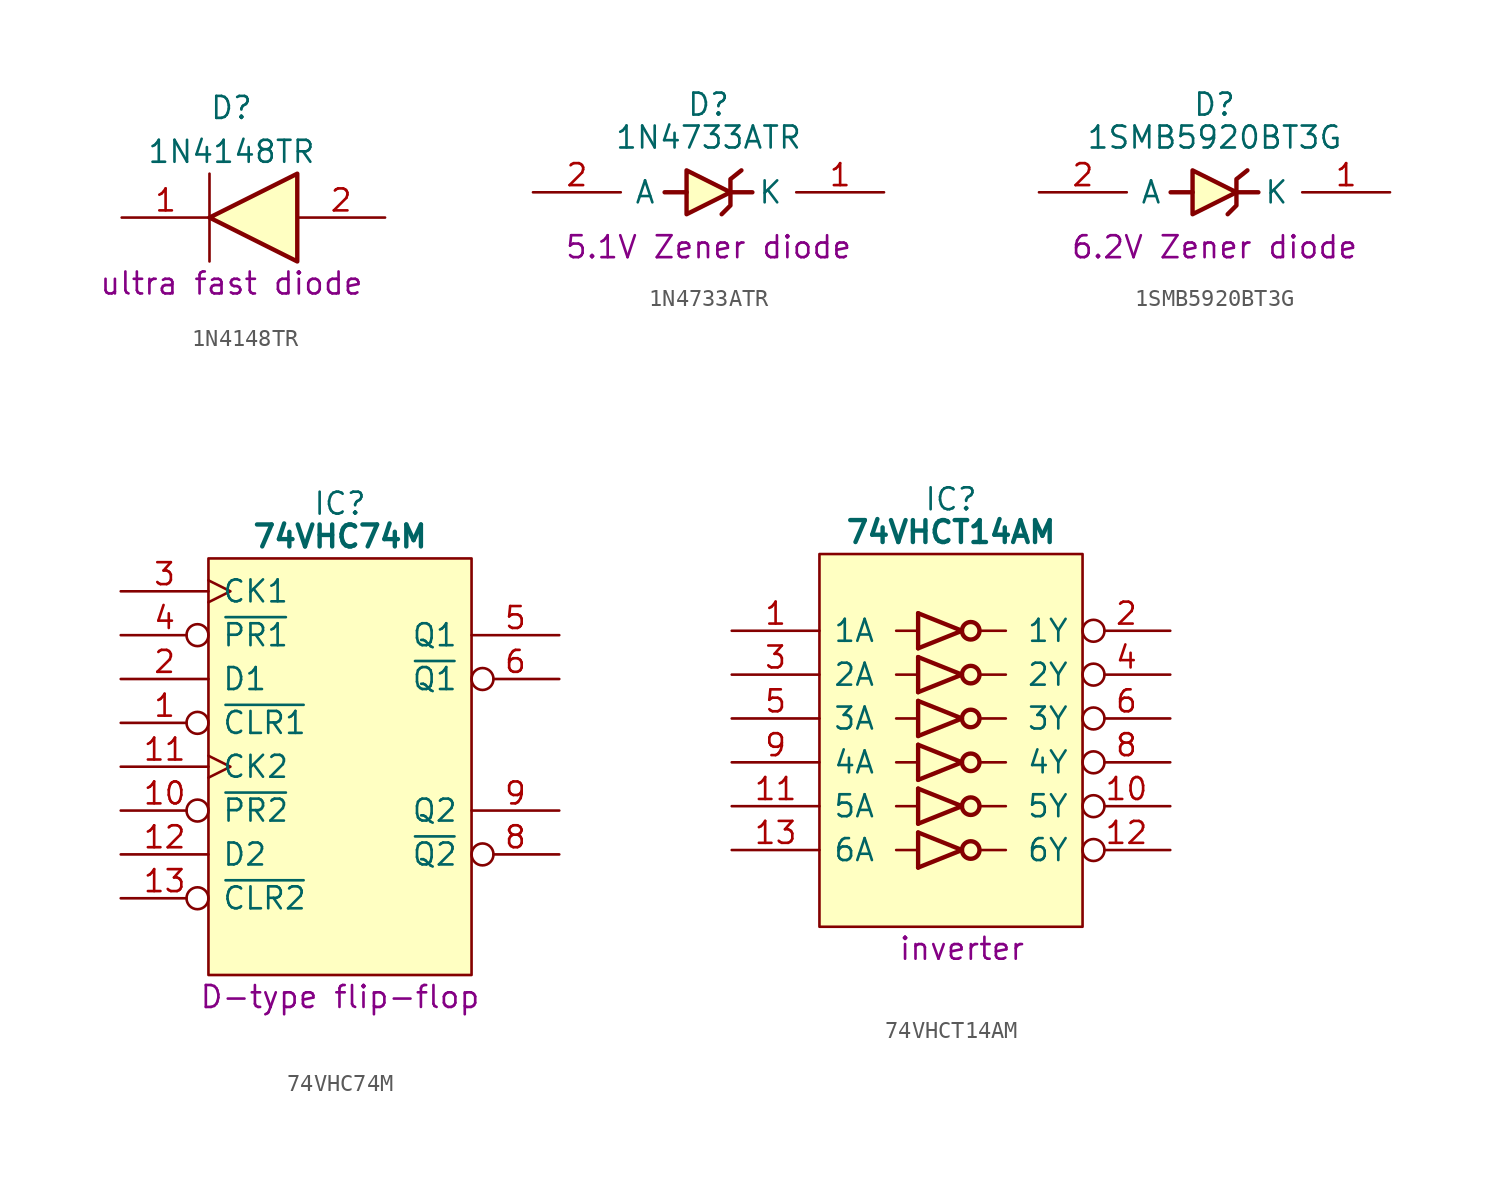
<source format=kicad_sym>
(kicad_symbol_lib
  (version 20241209)
  (generator "kicad_symbol_editor")
  (generator_version "9.0")
  (symbol "1N4148TR"
    (pin_names
      (offset 0.762))
    (property "Reference" "D"
      (at 6.35 6.35 0)
      (effects (font (size 1.27 1.27))))
    (property "Value" "1N4148TR"
      (at 6.35 3.81 0)
      (effects (font (size 1.27 1.27))))
    (property "Description" "ultra fast diode"
      (at 6.35 -3.81 0)
      (effects (font (size 1.27 1.27))))
    (symbol "1N4148TR_0_0"
      (pin passive line (at 0 0 0) (length 5.08) (name "~" (effects (font (size 1.27 1.27)))) (number "1" (effects (font (size 1.27 1.27)))))
      (pin passive line (at 15.24 0 180) (length 5.08) (name "~" (effects (font (size 1.27 1.27)))) (number "2" (effects (font (size 1.27 1.27))))))
    (symbol "1N4148TR_0_1"
      (polyline (pts (xy 5.08 2.54) (xy 5.08 -2.54)) (stroke (width 0.152) (type default)) (fill (type background)))
      (polyline (pts (xy 5.08 0) (xy 10.16 2.54) (xy 10.16 -2.54) (xy 5.08 0)) (stroke (width 0.254) (type default)) (fill (type background)))))
  (symbol "1N4733ATR"
    (pin_names
      (offset 0.762))
    (property "Reference" "D"
      (at 10.16 5.08 0)
      (effects (font (size 1.27 1.27))))
    (property "Value" "1N4733ATR"
      (at 10.16 3.175 0)
      (effects (font (size 1.27 1.27))))
    (property "Description" "5.1V Zener diode"
      (at 10.16 -3.175 0)
      (effects (font (size 1.27 1.27))))
    (symbol "1N4733ATR_0_1"
      (polyline (pts (xy 12.065 1.27) (xy 11.43 0.762) (xy 11.43 -0.762) (xy 10.922 -1.27)) (stroke (width 0.254) (type default)) (fill (type none))))
    (symbol "1N4733ATR_1_0"
      (pin passive line (at 0 0 0) (length 5.08) (name "A" (effects (font (size 1.27 1.27)))) (number "2" (effects (font (size 1.27 1.27)))))
      (pin passive line (at 20.32 0 180) (length 5.08) (name "K" (effects (font (size 1.27 1.27)))) (number "1" (effects (font (size 1.27 1.27))))))
    (symbol "1N4733ATR_1_1"
      (polyline (pts (xy 7.62 0) (xy 8.89 0)) (stroke (width 0.254) (type default)) (fill (type none)))
      (polyline (pts (xy 8.89 1.27) (xy 8.89 -1.27) (xy 11.43 0) (xy 8.89 1.27)) (stroke (width 0.254) (type solid)) (fill (type background)))
      (polyline (pts (xy 11.43 0) (xy 12.7 0)) (stroke (width 0.254) (type default)) (fill (type none)))))
  (symbol "1SMB5920BT3G"
    (pin_names
      (offset 0.762))
    (property "Reference" "D"
      (at 10.16 5.08 0)
      (effects (font (size 1.27 1.27))))
    (property "Value" "1SMB5920BT3G"
      (at 10.16 3.175 0)
      (effects (font (size 1.27 1.27))))
    (property "Description" "6.2V Zener diode"
      (at 10.16 -3.175 0)
      (effects (font (size 1.27 1.27))))
    (symbol "1SMB5920BT3G_0_1"
      (polyline (pts (xy 12.065 1.27) (xy 11.43 0.762) (xy 11.43 -0.762) (xy 10.922 -1.27)) (stroke (width 0.254) (type default)) (fill (type none))))
    (symbol "1SMB5920BT3G_1_0"
      (pin passive line (at 0 0 0) (length 5.08) (name "A" (effects (font (size 1.27 1.27)))) (number "2" (effects (font (size 1.27 1.27)))))
      (pin passive line (at 20.32 0 180) (length 5.08) (name "K" (effects (font (size 1.27 1.27)))) (number "1" (effects (font (size 1.27 1.27))))))
    (symbol "1SMB5920BT3G_1_1"
      (polyline (pts (xy 8.89 1.27) (xy 8.89 -1.27) (xy 11.43 0) (xy 8.89 1.27)) (stroke (width 0.254) (type solid)) (fill (type background)))
      (polyline (pts (xy 8.89 0) (xy 7.62 0)) (stroke (width 0.254) (type default)) (fill (type none)))
      (polyline (pts (xy 12.7 0) (xy 11.43 0)) (stroke (width 0.254) (type default)) (fill (type none)))))
  (symbol "74VHC74M"
    (pin_names
      (offset 0.762))
    (property "Reference" "IC"
      (at 12.7 5.08 0)
      (effects (font (size 1.27 1.27))))
    (property "Value" "74VHC74M"
      (at 12.7 3.175 0)
      (effects (font (size 1.27 1.27) (bold yes))))
    (property "Description" "D-type flip-flop"
      (at 12.7 -23.495 0)
      (effects (font (size 1.27 1.27))))
    (symbol "74VHC74M_0_0"
      (pin input clock (at 0 0 0) (length 5.08) (name "CK1" (effects (font (size 1.27 1.27)))) (number "3" (effects (font (size 1.27 1.27)))))
      (pin input inverted (at 0 -2.54 0) (length 5.08) (name "~{PR1}" (effects (font (size 1.27 1.27)))) (number "4" (effects (font (size 1.27 1.27)))))
      (pin input line (at 0 -5.08 0) (length 5.08) (name "D1" (effects (font (size 1.27 1.27)))) (number "2" (effects (font (size 1.27 1.27)))))
      (pin input inverted (at 0 -7.62 0) (length 5.08) (name "~{CLR1}" (effects (font (size 1.27 1.27)))) (number "1" (effects (font (size 1.27 1.27)))))
      (pin input clock (at 0 -10.16 0) (length 5.08) (name "CK2" (effects (font (size 1.27 1.27)))) (number "11" (effects (font (size 1.27 1.27)))))
      (pin input inverted (at 0 -12.7 0) (length 5.08) (name "~{PR2}" (effects (font (size 1.27 1.27)))) (number "10" (effects (font (size 1.27 1.27)))))
      (pin input inverted (at 0 -17.78 0) (length 5.08) (name "~{CLR2}" (effects (font (size 1.27 1.27)))) (number "13" (effects (font (size 1.27 1.27)))))
      (pin passive line (at 0 -20.32 0) (length 5.08) (hide yes) (name "GND" (effects (font (size 1.27 1.27)))) (number "7" (effects (font (size 1.27 1.27)))))
      (pin passive line (at 25.4 0 180) (length 5.08) (hide yes) (name "5V" (effects (font (size 1.27 1.27)))) (number "14" (effects (font (size 1.27 1.27)))))
      (pin output line (at 25.4 -2.54 180) (length 5.08) (name "Q1" (effects (font (size 1.27 1.27)))) (number "5" (effects (font (size 1.27 1.27)))))
      (pin output inverted (at 25.4 -5.08 180) (length 5.08) (name "~{Q1}" (effects (font (size 1.27 1.27)))) (number "6" (effects (font (size 1.27 1.27)))))
      (pin output line (at 25.4 -12.7 180) (length 5.08) (name "Q2" (effects (font (size 1.27 1.27)))) (number "9" (effects (font (size 1.27 1.27)))))
      (pin output inverted (at 25.4 -15.24 180) (length 5.08) (name "~{Q2}" (effects (font (size 1.27 1.27)))) (number "8" (effects (font (size 1.27 1.27))))))
    (symbol "74VHC74M_0_1"
      (polyline (pts (xy 5.08 1.905) (xy 20.32 1.905) (xy 20.32 -22.225) (xy 5.08 -22.225) (xy 5.08 1.905)) (stroke (width 0.152) (type default)) (fill (type background))))
    (symbol "74VHC74M_1_0"
      (pin input line (at 0 -15.24 0) (length 5.08) (name "D2" (effects (font (size 1.27 1.27)))) (number "12" (effects (font (size 1.27 1.27)))))))
  (symbol "74VHCT14AM"
    (pin_names
      (offset 0.762))
    (property "Reference" "IC"
      (at 12.7 7.62 0)
      (effects (font (size 1.27 1.27))))
    (property "Value" "74VHCT14AM"
      (at 12.7 5.715 0)
      (effects (font (size 1.27 1.27) (bold yes))))
    (property "Description" "inverter"
      (at 13.335 -18.415 0)
      (effects (font (size 1.27 1.27))))
    (symbol "74VHCT14AM_0_0"
      (pin input line (at 0 0 0) (length 5.08) (name "1A" (effects (font (size 1.27 1.27)))) (number "1" (effects (font (size 1.27 1.27)))))
      (pin input line (at 0 -2.54 0) (length 5.08) (name "2A" (effects (font (size 1.27 1.27)))) (number "3" (effects (font (size 1.27 1.27)))))
      (pin input line (at 0 -5.08 0) (length 5.08) (name "3A" (effects (font (size 1.27 1.27)))) (number "5" (effects (font (size 1.27 1.27)))))
      (pin input line (at 0 -7.62 0) (length 5.08) (name "4A" (effects (font (size 1.27 1.27)))) (number "9" (effects (font (size 1.27 1.27)))))
      (pin input line (at 0 -10.16 0) (length 5.08) (name "5A" (effects (font (size 1.27 1.27)))) (number "11" (effects (font (size 1.27 1.27)))))
      (pin input line (at 0 -12.7 0) (length 5.08) (name "6A" (effects (font (size 1.27 1.27)))) (number "13" (effects (font (size 1.27 1.27)))))
      (pin passive line (at 0 -15.24 0) (length 5.08) (hide yes) (name "GND" (effects (font (size 1.27 1.27)))) (number "7" (effects (font (size 1.27 1.27)))))
      (pin passive line (at 25.4 2.54 180) (length 5.08) (hide yes) (name "5V" (effects (font (size 1.27 1.27)))) (number "14" (effects (font (size 1.27 1.27)))))
      (pin output inverted (at 25.4 0 180) (length 5.08) (name "1Y" (effects (font (size 1.27 1.27)))) (number "2" (effects (font (size 1.27 1.27)))))
      (pin output inverted (at 25.4 -2.54 180) (length 5.08) (name "2Y" (effects (font (size 1.27 1.27)))) (number "4" (effects (font (size 1.27 1.27)))))
      (pin output inverted (at 25.4 -5.08 180) (length 5.08) (name "3Y" (effects (font (size 1.27 1.27)))) (number "6" (effects (font (size 1.27 1.27)))))
      (pin output inverted (at 25.4 -7.62 180) (length 5.08) (name "4Y" (effects (font (size 1.27 1.27)))) (number "8" (effects (font (size 1.27 1.27)))))
      (pin output inverted (at 25.4 -10.16 180) (length 5.08) (name "5Y" (effects (font (size 1.27 1.27)))) (number "10" (effects (font (size 1.27 1.27)))))
      (pin output inverted (at 25.4 -12.7 180) (length 5.08) (name "6Y" (effects (font (size 1.27 1.27)))) (number "12" (effects (font (size 1.27 1.27))))))
    (symbol "74VHCT14AM_0_1"
      (polyline (pts (xy 5.08 4.445) (xy 20.32 4.445) (xy 20.32 -17.145) (xy 5.08 -17.145) (xy 5.08 4.445)) (stroke (width 0.152) (type default)) (fill (type background)))
      (polyline (pts (xy 9.525 0) (xy 10.795 0)) (stroke (width 0) (type default)) (fill (type none)))
      (polyline (pts (xy 9.525 -2.54) (xy 10.795 -2.54)) (stroke (width 0) (type default)) (fill (type none)))
      (polyline (pts (xy 9.525 -5.08) (xy 10.795 -5.08)) (stroke (width 0) (type default)) (fill (type none)))
      (polyline (pts (xy 9.525 -7.62) (xy 10.795 -7.62)) (stroke (width 0) (type default)) (fill (type none)))
      (polyline (pts (xy 9.525 -10.16) (xy 10.795 -10.16)) (stroke (width 0) (type default)) (fill (type none)))
      (polyline (pts (xy 9.525 -12.7) (xy 10.795 -12.7)) (stroke (width 0) (type default)) (fill (type none)))
      (rectangle (start 10.795 1.016) (end 10.795 -1.016) (stroke (width 0.254) (type default)) (fill (type background)))
      (polyline (pts (xy 10.795 -1.016) (xy 13.335 0) (xy 10.795 1.016)) (stroke (width 0.254) (type default)) (fill (type none)))
      (rectangle (start 10.795 -1.524) (end 10.795 -3.556) (stroke (width 0.254) (type default)) (fill (type background)))
      (polyline (pts (xy 10.795 -3.556) (xy 13.335 -2.54) (xy 10.795 -1.524)) (stroke (width 0.254) (type default)) (fill (type none)))
      (rectangle (start 10.795 -4.064) (end 10.795 -6.096) (stroke (width 0.254) (type default)) (fill (type background)))
      (polyline (pts (xy 10.795 -6.096) (xy 13.335 -5.08) (xy 10.795 -4.064)) (stroke (width 0.254) (type default)) (fill (type none)))
      (rectangle (start 10.795 -6.604) (end 10.795 -8.636) (stroke (width 0.254) (type default)) (fill (type background)))
      (polyline (pts (xy 10.795 -8.636) (xy 13.335 -7.62) (xy 10.795 -6.604)) (stroke (width 0.254) (type default)) (fill (type none)))
      (rectangle (start 10.795 -9.144) (end 10.795 -11.176) (stroke (width 0.254) (type default)) (fill (type background)))
      (polyline (pts (xy 10.795 -11.176) (xy 13.335 -10.16) (xy 10.795 -9.144)) (stroke (width 0.254) (type default)) (fill (type none)))
      (rectangle (start 10.795 -11.684) (end 10.795 -13.716) (stroke (width 0.254) (type default)) (fill (type background)))
      (polyline (pts (xy 10.795 -13.716) (xy 13.335 -12.7) (xy 10.795 -11.684)) (stroke (width 0.254) (type default)) (fill (type none)))
      (circle (center 13.843 0) (radius 0.508) (stroke (width 0.254) (type default)) (fill (type none)))
      (circle (center 13.843 -2.54) (radius 0.508) (stroke (width 0.254) (type default)) (fill (type none)))
      (circle (center 13.843 -5.08) (radius 0.508) (stroke (width 0.254) (type default)) (fill (type none)))
      (circle (center 13.843 -7.62) (radius 0.508) (stroke (width 0.254) (type default)) (fill (type none)))
      (circle (center 13.843 -10.16) (radius 0.508) (stroke (width 0.254) (type default)) (fill (type none)))
      (circle (center 13.843 -12.7) (radius 0.508) (stroke (width 0.254) (type default)) (fill (type none)))
      (polyline (pts (xy 14.351 0) (xy 15.875 0)) (stroke (width 0) (type default)) (fill (type none)))
      (polyline (pts (xy 14.351 -2.54) (xy 15.875 -2.54)) (stroke (width 0) (type default)) (fill (type none)))
      (polyline (pts (xy 14.351 -5.08) (xy 15.875 -5.08)) (stroke (width 0) (type default)) (fill (type none)))
      (polyline (pts (xy 14.351 -7.62) (xy 15.875 -7.62)) (stroke (width 0) (type default)) (fill (type none)))
      (polyline (pts (xy 14.351 -10.16) (xy 15.875 -10.16)) (stroke (width 0) (type default)) (fill (type none)))
      (polyline (pts (xy 14.351 -12.7) (xy 15.875 -12.7)) (stroke (width 0) (type default)) (fill (type none))))))
</source>
